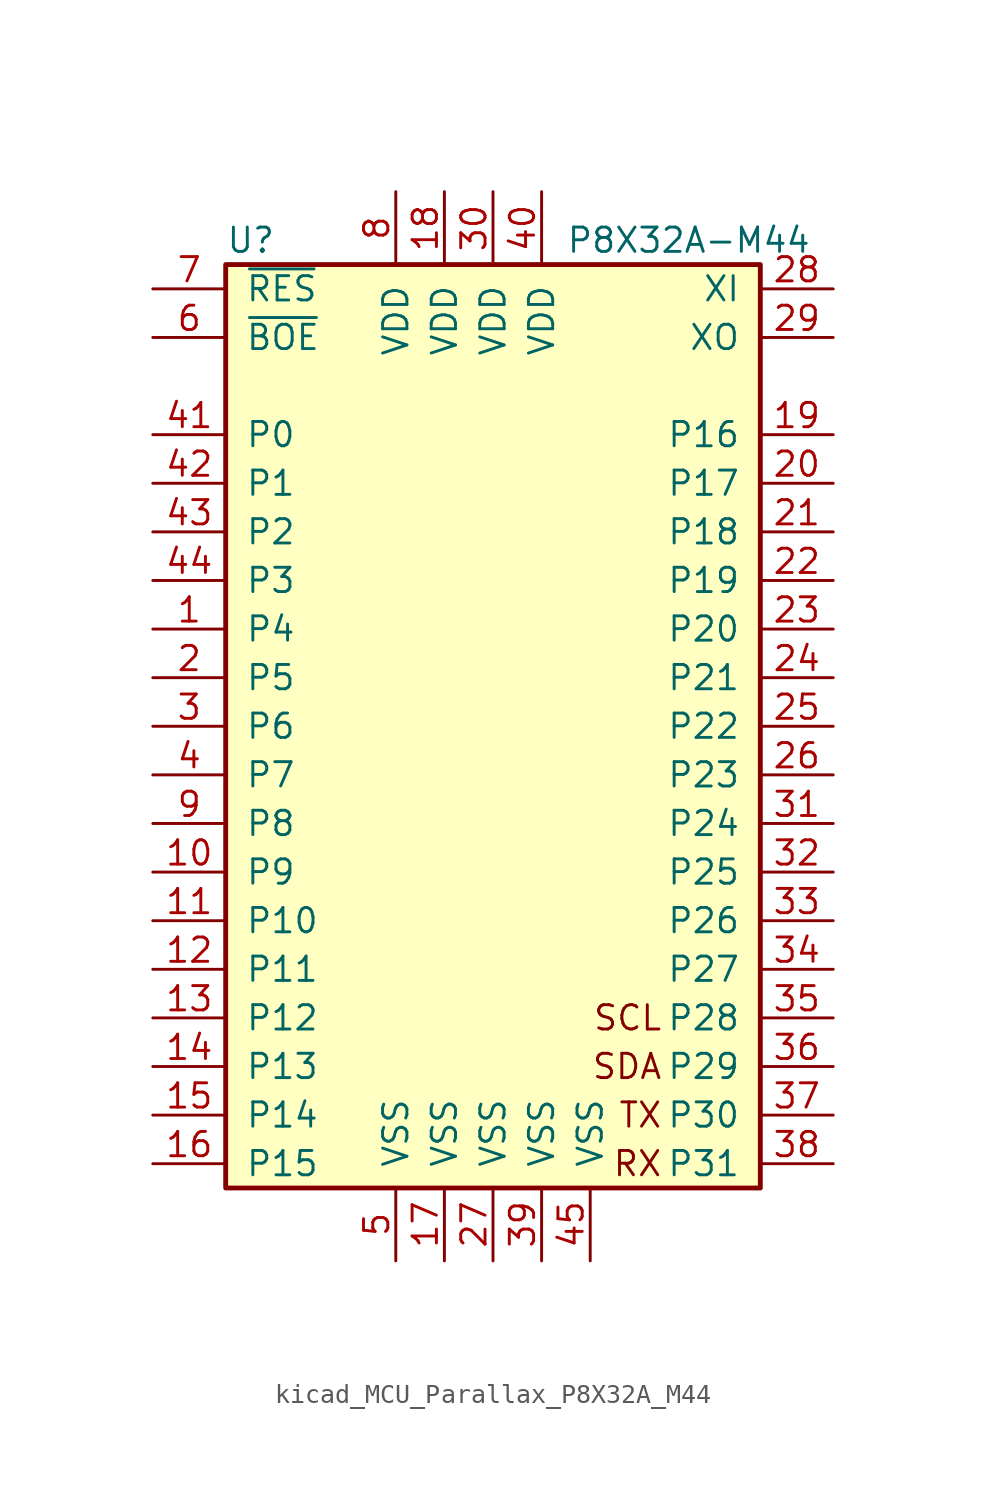
<source format=kicad_sym>
(kicad_symbol_lib
  (version 20220914)
  (generator kicad_symbol_editor)
  (symbol "kicad_MCU_Parallax_P8X32A_M44"
    (pin_names
      (offset 1.016))
    (property "Reference" "U"
      (at -13.97 25.4 0)
      (effects (font (size 1.27 1.27)) (justify left)))
    (property "Value" "P8X32A-M44"
      (at 3.81 25.4 0)
      (effects (font (size 1.27 1.27)) (justify left)))
    (symbol "kicad_MCU_Parallax_P8X32A_M44_0_1"
      (rectangle (start -13.97 24.13) (end 13.97 -24.13) (stroke (width 0.254) (type default)) (fill (type background)))
      (text "RX" (at 8.89 -22.86 0) (effects (font (size 1.27 1.27)) (justify right)))
      (text "SCL" (at 8.89 -15.24 0) (effects (font (size 1.27 1.27)) (justify right)))
      (text "SDA" (at 8.89 -17.78 0) (effects (font (size 1.27 1.27)) (justify right)))
      (text "TX" (at 8.89 -20.32 0) (effects (font (size 1.27 1.27)) (justify right)))
      (pin bidirectional line (at -17.78 5.08 0) (length 3.81) (name "P4" (effects (font (size 1.27 1.27)))) (number "1" (effects (font (size 1.27 1.27)))))
      (pin bidirectional line (at -17.78 -7.62 0) (length 3.81) (name "P9" (effects (font (size 1.27 1.27)))) (number "10" (effects (font (size 1.27 1.27)))))
      (pin bidirectional line (at -17.78 -10.16 0) (length 3.81) (name "P10" (effects (font (size 1.27 1.27)))) (number "11" (effects (font (size 1.27 1.27)))))
      (pin bidirectional line (at -17.78 -12.7 0) (length 3.81) (name "P11" (effects (font (size 1.27 1.27)))) (number "12" (effects (font (size 1.27 1.27)))))
      (pin bidirectional line (at -17.78 -15.24 0) (length 3.81) (name "P12" (effects (font (size 1.27 1.27)))) (number "13" (effects (font (size 1.27 1.27)))))
      (pin bidirectional line (at -17.78 -17.78 0) (length 3.81) (name "P13" (effects (font (size 1.27 1.27)))) (number "14" (effects (font (size 1.27 1.27)))))
      (pin bidirectional line (at -17.78 -20.32 0) (length 3.81) (name "P14" (effects (font (size 1.27 1.27)))) (number "15" (effects (font (size 1.27 1.27)))))
      (pin bidirectional line (at -17.78 -22.86 0) (length 3.81) (name "P15" (effects (font (size 1.27 1.27)))) (number "16" (effects (font (size 1.27 1.27)))))
      (pin power_in line (at -2.54 -27.94 90) (length 3.81) (name "VSS" (effects (font (size 1.27 1.27)))) (number "17" (effects (font (size 1.27 1.27)))))
      (pin power_in line (at -2.54 27.94 270) (length 3.81) (name "VDD" (effects (font (size 1.27 1.27)))) (number "18" (effects (font (size 1.27 1.27)))))
      (pin bidirectional line (at 17.78 15.24 180) (length 3.81) (name "P16" (effects (font (size 1.27 1.27)))) (number "19" (effects (font (size 1.27 1.27)))))
      (pin bidirectional line (at -17.78 2.54 0) (length 3.81) (name "P5" (effects (font (size 1.27 1.27)))) (number "2" (effects (font (size 1.27 1.27)))))
      (pin bidirectional line (at 17.78 12.7 180) (length 3.81) (name "P17" (effects (font (size 1.27 1.27)))) (number "20" (effects (font (size 1.27 1.27)))))
      (pin bidirectional line (at 17.78 10.16 180) (length 3.81) (name "P18" (effects (font (size 1.27 1.27)))) (number "21" (effects (font (size 1.27 1.27)))))
      (pin bidirectional line (at 17.78 7.62 180) (length 3.81) (name "P19" (effects (font (size 1.27 1.27)))) (number "22" (effects (font (size 1.27 1.27)))))
      (pin bidirectional line (at 17.78 5.08 180) (length 3.81) (name "P20" (effects (font (size 1.27 1.27)))) (number "23" (effects (font (size 1.27 1.27)))))
      (pin bidirectional line (at 17.78 2.54 180) (length 3.81) (name "P21" (effects (font (size 1.27 1.27)))) (number "24" (effects (font (size 1.27 1.27)))))
      (pin bidirectional line (at 17.78 0 180) (length 3.81) (name "P22" (effects (font (size 1.27 1.27)))) (number "25" (effects (font (size 1.27 1.27)))))
      (pin bidirectional line (at 17.78 -2.54 180) (length 3.81) (name "P23" (effects (font (size 1.27 1.27)))) (number "26" (effects (font (size 1.27 1.27)))))
      (pin power_in line (at 0 -27.94 90) (length 3.81) (name "VSS" (effects (font (size 1.27 1.27)))) (number "27" (effects (font (size 1.27 1.27)))))
      (pin input line (at 17.78 22.86 180) (length 3.81) (name "XI" (effects (font (size 1.27 1.27)))) (number "28" (effects (font (size 1.27 1.27)))))
      (pin output line (at 17.78 20.32 180) (length 3.81) (name "XO" (effects (font (size 1.27 1.27)))) (number "29" (effects (font (size 1.27 1.27)))))
      (pin bidirectional line (at -17.78 0 0) (length 3.81) (name "P6" (effects (font (size 1.27 1.27)))) (number "3" (effects (font (size 1.27 1.27)))))
      (pin power_in line (at 0 27.94 270) (length 3.81) (name "VDD" (effects (font (size 1.27 1.27)))) (number "30" (effects (font (size 1.27 1.27)))))
      (pin bidirectional line (at 17.78 -5.08 180) (length 3.81) (name "P24" (effects (font (size 1.27 1.27)))) (number "31" (effects (font (size 1.27 1.27)))))
      (pin bidirectional line (at 17.78 -7.62 180) (length 3.81) (name "P25" (effects (font (size 1.27 1.27)))) (number "32" (effects (font (size 1.27 1.27)))))
      (pin bidirectional line (at 17.78 -10.16 180) (length 3.81) (name "P26" (effects (font (size 1.27 1.27)))) (number "33" (effects (font (size 1.27 1.27)))))
      (pin bidirectional line (at 17.78 -12.7 180) (length 3.81) (name "P27" (effects (font (size 1.27 1.27)))) (number "34" (effects (font (size 1.27 1.27)))))
      (pin bidirectional line (at 17.78 -15.24 180) (length 3.81) (name "P28" (effects (font (size 1.27 1.27)))) (number "35" (effects (font (size 1.27 1.27)))))
      (pin bidirectional line (at 17.78 -17.78 180) (length 3.81) (name "P29" (effects (font (size 1.27 1.27)))) (number "36" (effects (font (size 1.27 1.27)))))
      (pin bidirectional line (at 17.78 -20.32 180) (length 3.81) (name "P30" (effects (font (size 1.27 1.27)))) (number "37" (effects (font (size 1.27 1.27)))))
      (pin bidirectional line (at 17.78 -22.86 180) (length 3.81) (name "P31" (effects (font (size 1.27 1.27)))) (number "38" (effects (font (size 1.27 1.27)))))
      (pin power_in line (at 2.54 -27.94 90) (length 3.81) (name "VSS" (effects (font (size 1.27 1.27)))) (number "39" (effects (font (size 1.27 1.27)))))
      (pin bidirectional line (at -17.78 -2.54 0) (length 3.81) (name "P7" (effects (font (size 1.27 1.27)))) (number "4" (effects (font (size 1.27 1.27)))))
      (pin power_in line (at 2.54 27.94 270) (length 3.81) (name "VDD" (effects (font (size 1.27 1.27)))) (number "40" (effects (font (size 1.27 1.27)))))
      (pin bidirectional line (at -17.78 15.24 0) (length 3.81) (name "P0" (effects (font (size 1.27 1.27)))) (number "41" (effects (font (size 1.27 1.27)))))
      (pin bidirectional line (at -17.78 12.7 0) (length 3.81) (name "P1" (effects (font (size 1.27 1.27)))) (number "42" (effects (font (size 1.27 1.27)))))
      (pin bidirectional line (at -17.78 10.16 0) (length 3.81) (name "P2" (effects (font (size 1.27 1.27)))) (number "43" (effects (font (size 1.27 1.27)))))
      (pin bidirectional line (at -17.78 7.62 0) (length 3.81) (name "P3" (effects (font (size 1.27 1.27)))) (number "44" (effects (font (size 1.27 1.27)))))
      (pin power_in line (at 5.08 -27.94 90) (length 3.81) (name "VSS" (effects (font (size 1.27 1.27)))) (number "45" (effects (font (size 1.27 1.27)))))
      (pin power_in line (at -5.08 -27.94 90) (length 3.81) (name "VSS" (effects (font (size 1.27 1.27)))) (number "5" (effects (font (size 1.27 1.27)))))
      (pin input line (at -17.78 20.32 0) (length 3.81) (name "~{BOE}" (effects (font (size 1.27 1.27)))) (number "6" (effects (font (size 1.27 1.27)))))
      (pin bidirectional line (at -17.78 22.86 0) (length 3.81) (name "~{RES}" (effects (font (size 1.27 1.27)))) (number "7" (effects (font (size 1.27 1.27)))))
      (pin power_in line (at -5.08 27.94 270) (length 3.81) (name "VDD" (effects (font (size 1.27 1.27)))) (number "8" (effects (font (size 1.27 1.27)))))
      (pin bidirectional line (at -17.78 -5.08 0) (length 3.81) (name "P8" (effects (font (size 1.27 1.27)))) (number "9" (effects (font (size 1.27 1.27))))))))
</source>
